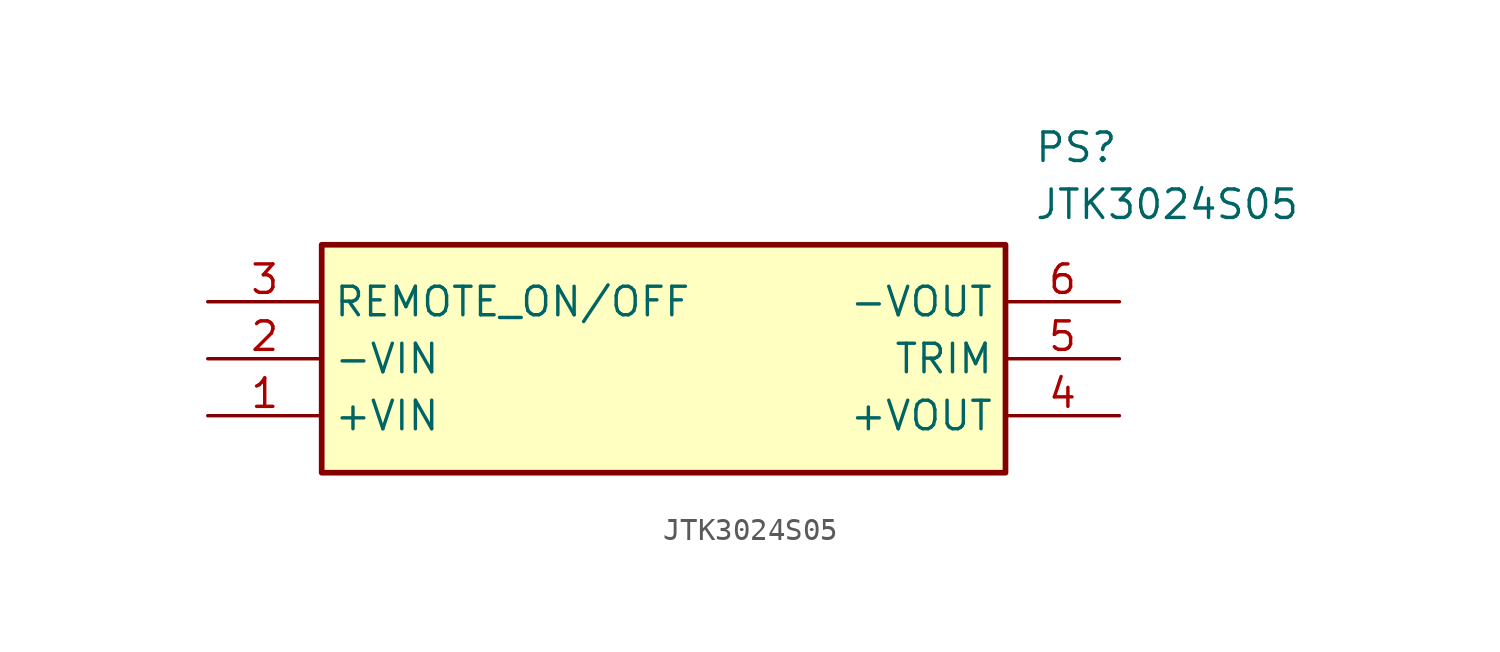
<source format=kicad_sym>
(kicad_symbol_lib
  (version 20211014)
  (generator SamacSys_ECAD_Model)
  (symbol "JTK3024S05"
    (property "Reference" "PS"
      (at 36.83 7.62 0)
      (effects (font (size 1.27 1.27)) (justify left top)))
    (property "Value" "JTK3024S05"
      (at 36.83 5.08 0)
      (effects (font (size 1.27 1.27)) (justify left top)))
    (rectangle
      (start 5.08 2.54)
      (end 35.56 -7.62)
      (stroke (width 0.254) (type default))
      (fill (type background)))
    (pin passive line
      (at 0 -5.08 0)
      (length 5.08)
      (name "+VIN" (effects (font (size 1.27 1.27))))
      (number "1" (effects (font (size 1.27 1.27)))))
    (pin passive line
      (at 0 -2.54 0)
      (length 5.08)
      (name "-VIN" (effects (font (size 1.27 1.27))))
      (number "2" (effects (font (size 1.27 1.27)))))
    (pin passive line
      (at 0 0 0)
      (length 5.08)
      (name "REMOTE_ON/OFF" (effects (font (size 1.27 1.27))))
      (number "3" (effects (font (size 1.27 1.27)))))
    (pin passive line
      (at 40.64 -5.08 180)
      (length 5.08)
      (name "+VOUT" (effects (font (size 1.27 1.27))))
      (number "4" (effects (font (size 1.27 1.27)))))
    (pin passive line
      (at 40.64 -2.54 180)
      (length 5.08)
      (name "TRIM" (effects (font (size 1.27 1.27))))
      (number "5" (effects (font (size 1.27 1.27)))))
    (pin passive line
      (at 40.64 0 180)
      (length 5.08)
      (name "-VOUT" (effects (font (size 1.27 1.27))))
      (number "6" (effects (font (size 1.27 1.27)))))))
</source>
